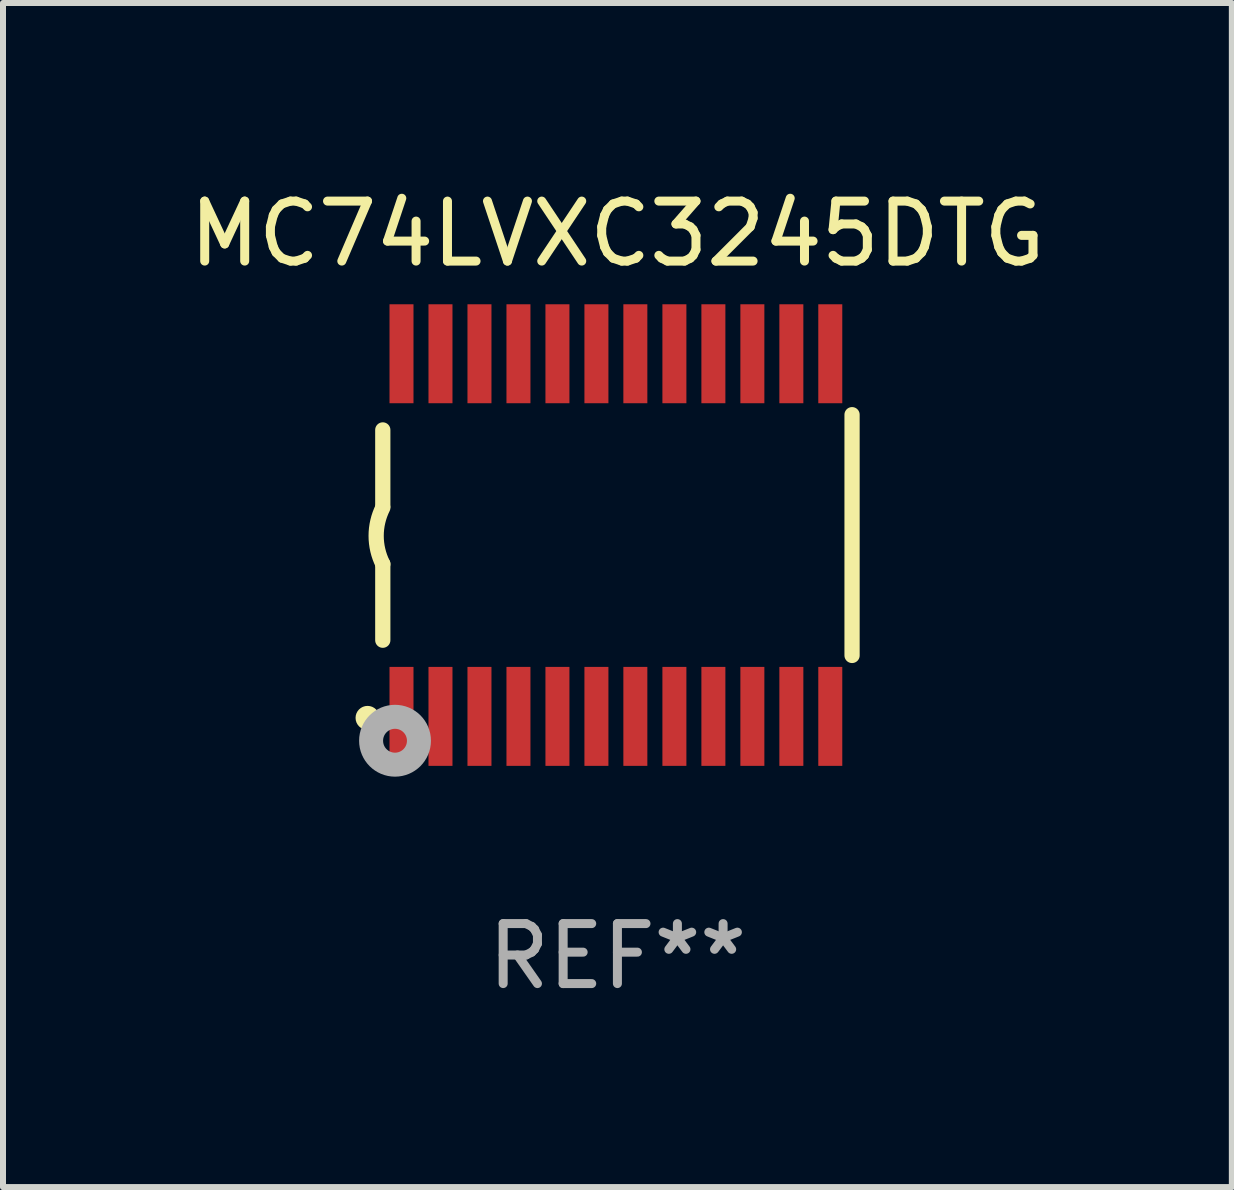
<source format=kicad_pcb>
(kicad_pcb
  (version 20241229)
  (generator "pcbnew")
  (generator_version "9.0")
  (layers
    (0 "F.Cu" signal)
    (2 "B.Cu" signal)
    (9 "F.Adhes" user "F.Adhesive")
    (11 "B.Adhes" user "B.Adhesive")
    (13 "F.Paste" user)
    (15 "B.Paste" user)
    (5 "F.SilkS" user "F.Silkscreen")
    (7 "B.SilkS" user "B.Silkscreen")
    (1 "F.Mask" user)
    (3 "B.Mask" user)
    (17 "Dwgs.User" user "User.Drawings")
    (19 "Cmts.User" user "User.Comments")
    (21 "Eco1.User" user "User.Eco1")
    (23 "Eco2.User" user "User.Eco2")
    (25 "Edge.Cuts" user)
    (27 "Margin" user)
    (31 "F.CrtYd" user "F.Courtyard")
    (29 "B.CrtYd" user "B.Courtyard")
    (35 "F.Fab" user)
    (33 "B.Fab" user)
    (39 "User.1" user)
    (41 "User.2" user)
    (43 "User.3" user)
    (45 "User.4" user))
  (footprint "MC74LVXC3245DTG"
    (layer "F.Cu")
    (at 7.244 5.871)
    (property "Reference" "MC74LVXC3245DTG" (at 0 -5.023 0) (layer "F.SilkS") (effects (font (size 1 1) (thickness 0.15))))
    (attr through_hole)
    (fp_line (start -3.912 -0.483) (end -3.912 -1.753) (stroke (width 0.254) (type solid)) (layer "F.SilkS"))
    (fp_line (start -3.912 1.753) (end -3.912 0.483) (stroke (width 0.254) (type solid)) (layer "F.SilkS"))
    (fp_line (start 3.912 -2.007) (end 3.912 2.007) (stroke (width 0.254) (type solid)) (layer "F.SilkS"))
    (fp_arc (start -3.911608 0.482601) (mid -4.022537 0.0127) (end -3.911608 -0.457201) (stroke (width 0.254001) (type solid)) (layer "F.SilkS"))
    (fp_circle (center -4.166 3.048) (end -4.066 3.048) (stroke (width 0.2) (type solid)) (fill no) (layer "F.SilkS"))
    (fp_circle (center -3.925 3.186) (end -3.895 3.186) (stroke (width 0.06) (type solid)) (fill no) (layer "F.SilkS"))
    (fp_circle (center -3.708 3.429) (end -3.509 3.429) (stroke (width 0.4) (type solid)) (fill no) (layer "F.Fab"))
    (fp_text user "REF**" (at 0 7.023 0) (layer "F.Fab") (effects (font (size 1 1) (thickness 0.15))))
    (pad "1" smd rect (at -3.6 3.023) (size 0.4 1.65) (layers "F.Cu" "F.Mask" "F.Paste"))
    (pad "2" smd rect (at -2.95 3.023) (size 0.4 1.65) (layers "F.Cu" "F.Mask" "F.Paste"))
    (pad "3" smd rect (at -2.3 3.023) (size 0.4 1.65) (layers "F.Cu" "F.Mask" "F.Paste"))
    (pad "4" smd rect (at -1.65 3.023) (size 0.4 1.65) (layers "F.Cu" "F.Mask" "F.Paste"))
    (pad "5" smd rect (at -1 3.023) (size 0.4 1.65) (layers "F.Cu" "F.Mask" "F.Paste"))
    (pad "6" smd rect (at -0.35 3.023) (size 0.4 1.65) (layers "F.Cu" "F.Mask" "F.Paste"))
    (pad "7" smd rect (at 0.299 3.023) (size 0.4 1.65) (layers "F.Cu" "F.Mask" "F.Paste"))
    (pad "8" smd rect (at 0.95 3.023) (size 0.4 1.65) (layers "F.Cu" "F.Mask" "F.Paste"))
    (pad "9" smd rect (at 1.6 3.023) (size 0.4 1.65) (layers "F.Cu" "F.Mask" "F.Paste"))
    (pad "10" smd rect (at 2.25 3.023) (size 0.4 1.65) (layers "F.Cu" "F.Mask" "F.Paste"))
    (pad "11" smd rect (at 2.9 3.023) (size 0.4 1.65) (layers "F.Cu" "F.Mask" "F.Paste"))
    (pad "12" smd rect (at 3.549 3.023) (size 0.4 1.65) (layers "F.Cu" "F.Mask" "F.Paste"))
    (pad "13" smd rect (at 3.549 -3.023) (size 0.4 1.65) (layers "F.Cu" "F.Mask" "F.Paste"))
    (pad "14" smd rect (at 2.9 -3.023) (size 0.4 1.65) (layers "F.Cu" "F.Mask" "F.Paste"))
    (pad "15" smd rect (at 2.25 -3.023) (size 0.4 1.65) (layers "F.Cu" "F.Mask" "F.Paste"))
    (pad "16" smd rect (at 1.6 -3.023) (size 0.4 1.65) (layers "F.Cu" "F.Mask" "F.Paste"))
    (pad "17" smd rect (at 0.95 -3.023) (size 0.4 1.65) (layers "F.Cu" "F.Mask" "F.Paste"))
    (pad "18" smd rect (at 0.299 -3.023) (size 0.4 1.65) (layers "F.Cu" "F.Mask" "F.Paste"))
    (pad "19" smd rect (at -0.35 -3.023) (size 0.4 1.65) (layers "F.Cu" "F.Mask" "F.Paste"))
    (pad "20" smd rect (at -1 -3.023) (size 0.4 1.65) (layers "F.Cu" "F.Mask" "F.Paste"))
    (pad "21" smd rect (at -1.65 -3.023) (size 0.4 1.65) (layers "F.Cu" "F.Mask" "F.Paste"))
    (pad "22" smd rect (at -2.3 -3.023) (size 0.4 1.65) (layers "F.Cu" "F.Mask" "F.Paste"))
    (pad "23" smd rect (at -2.95 -3.023) (size 0.4 1.65) (layers "F.Cu" "F.Mask" "F.Paste"))
    (pad "24" smd rect (at -3.6 -3.023) (size 0.4 1.65) (layers "F.Cu" "F.Mask" "F.Paste")))
  (gr_rect
    (start -3 -3)
    (end 17.488 16.742)
    (stroke (width 0.1) (type default))
    (fill no)
    (layer "Edge.Cuts")))
</source>
